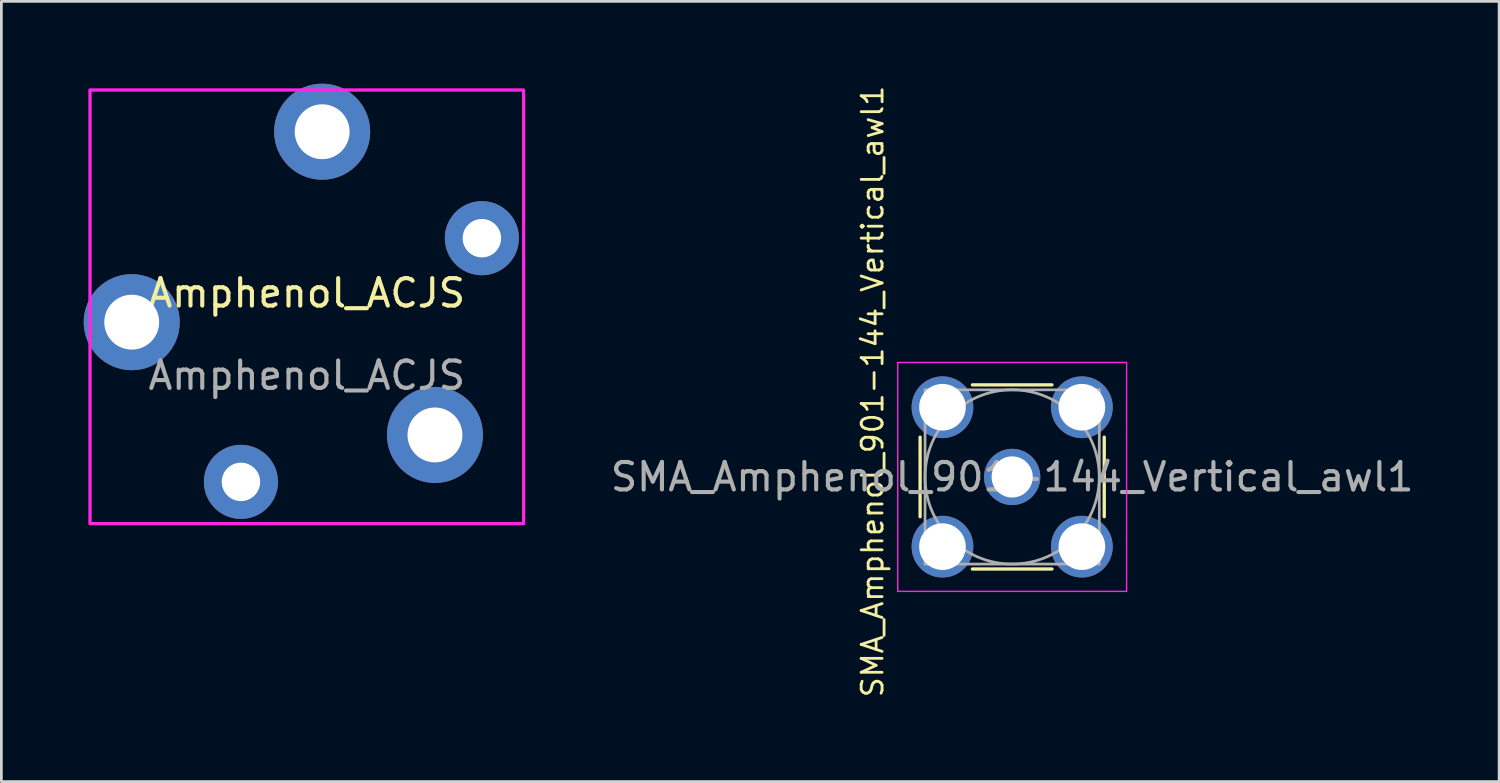
<source format=kicad_pcb>
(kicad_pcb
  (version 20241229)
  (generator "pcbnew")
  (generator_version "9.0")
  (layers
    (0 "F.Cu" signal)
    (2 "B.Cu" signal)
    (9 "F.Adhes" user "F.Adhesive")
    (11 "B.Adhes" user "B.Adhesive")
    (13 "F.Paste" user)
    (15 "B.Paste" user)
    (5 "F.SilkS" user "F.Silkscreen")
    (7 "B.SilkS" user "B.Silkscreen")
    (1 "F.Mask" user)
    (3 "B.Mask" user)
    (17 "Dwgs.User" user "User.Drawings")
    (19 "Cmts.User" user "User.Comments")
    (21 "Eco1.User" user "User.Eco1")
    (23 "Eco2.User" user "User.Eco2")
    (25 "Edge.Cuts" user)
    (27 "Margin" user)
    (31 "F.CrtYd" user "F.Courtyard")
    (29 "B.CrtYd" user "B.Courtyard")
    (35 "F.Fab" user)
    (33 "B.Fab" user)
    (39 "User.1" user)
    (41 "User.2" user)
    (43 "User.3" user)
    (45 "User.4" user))
  (footprint "SMA_Amphenol_901-144_Vertical_awl1"
    (layer "F.Cu")
    (at 33.834 14.33)
    (property "Reference" "SMA_Amphenol_901-144_Vertical_awl1" (at -5.088 -3.114 90) (layer "F.SilkS") (effects (font (size 0.762 0.762) (thickness 0.102))))
    (attr through_hole)
    (fp_line (start -3.355 -1.45) (end -3.355 1.45) (stroke (width 0.12) (type solid)) (layer "F.SilkS"))
    (fp_line (start -1.45 -3.355) (end 1.45 -3.355) (stroke (width 0.12) (type solid)) (layer "F.SilkS"))
    (fp_line (start -1.45 3.355) (end 1.45 3.355) (stroke (width 0.12) (type solid)) (layer "F.SilkS"))
    (fp_line (start 3.355 -1.45) (end 3.355 1.45) (stroke (width 0.12) (type solid)) (layer "F.SilkS"))
    (fp_line (start -4.17 -4.17) (end -4.17 4.17) (stroke (width 0.05) (type solid)) (layer "F.CrtYd"))
    (fp_line (start -4.17 -4.17) (end 4.17 -4.17) (stroke (width 0.05) (type solid)) (layer "F.CrtYd"))
    (fp_line (start 4.17 4.17) (end -4.17 4.17) (stroke (width 0.05) (type solid)) (layer "F.CrtYd"))
    (fp_line (start 4.17 4.17) (end 4.17 -4.17) (stroke (width 0.05) (type solid)) (layer "F.CrtYd"))
    (fp_line (start -3.175 -3.175) (end -3.175 3.175) (stroke (width 0.1) (type solid)) (layer "F.Fab"))
    (fp_line (start -3.175 -3.175) (end 3.175 -3.175) (stroke (width 0.1) (type solid)) (layer "F.Fab"))
    (fp_line (start -3.175 3.175) (end 3.175 3.175) (stroke (width 0.1) (type solid)) (layer "F.Fab"))
    (fp_line (start 3.175 -3.175) (end 3.175 3.175) (stroke (width 0.1) (type solid)) (layer "F.Fab"))
    (fp_circle (center 0 0) (end 3.175 0) (stroke (width 0.1) (type solid)) (fill no) (layer "F.Fab"))
    (fp_text user "${REFERENCE}" (at 0 0 0) (layer "F.Fab") (effects (font (size 1 1) (thickness 0.15))))
    (pad "1" thru_hole circle (at 0 0) (size 2.05 2.05) (drill 1.5) (layers "*.Cu" "*.Mask"))
    (pad "2" thru_hole circle (at -2.54 -2.54) (size 2.25 2.25) (drill 1.7) (layers "*.Cu" "*.Mask"))
    (pad "2" thru_hole circle (at -2.54 2.54) (size 2.25 2.25) (drill 1.7) (layers "*.Cu" "*.Mask"))
    (pad "2" thru_hole circle (at 2.54 -2.54) (size 2.25 2.25) (drill 1.7) (layers "*.Cu" "*.Mask"))
    (pad "2" thru_hole circle (at 2.54 2.54) (size 2.25 2.25) (drill 1.7) (layers "*.Cu" "*.Mask")))
  (footprint "Amphenol_ACJS"
    (layer "F.Cu")
    (at 8.13 8.13)
    (property "Reference" "Amphenol_ACJS" (at 0 -0.5 0) (unlocked yes) (layer "F.SilkS") (effects (font (size 1 1) (thickness 0.15))))
    (attr smd)
    (fp_rect (start -7.9 -7.9) (end 7.9 7.9) (stroke (width 0.12) (type solid)) (fill no) (layer "F.CrtYd"))
    (fp_text user "${REFERENCE}" (at 0 2.5 0) (unlocked yes) (layer "F.Fab") (effects (font (size 1 1) (thickness 0.15))))
    (pad "1" thru_hole circle (at 4.67 4.67) (size 3.5 3.5) (drill 2) (layers "*.Cu" "*.Mask"))
    (pad "2" thru_hole circle (at -2.4 6.38) (size 2.7 2.7) (drill 1.4) (layers "*.Cu" "*.Mask"))
    (pad "3" thru_hole circle (at -6.38 0.56) (size 3.5 3.5) (drill 2) (layers "*.Cu" "*.Mask"))
    (pad "4" thru_hole circle (at 0.56 -6.38) (size 3.5 3.5) (drill 2) (layers "*.Cu" "*.Mask"))
    (pad "5" thru_hole circle (at 6.38 -2.5) (size 2.7 2.7) (drill 1.4) (layers "*.Cu" "*.Mask")))
  (gr_rect
    (start -3 -3)
    (end 51.578 25.432)
    (stroke (width 0.1) (type default))
    (fill no)
    (layer "Edge.Cuts")))
</source>
